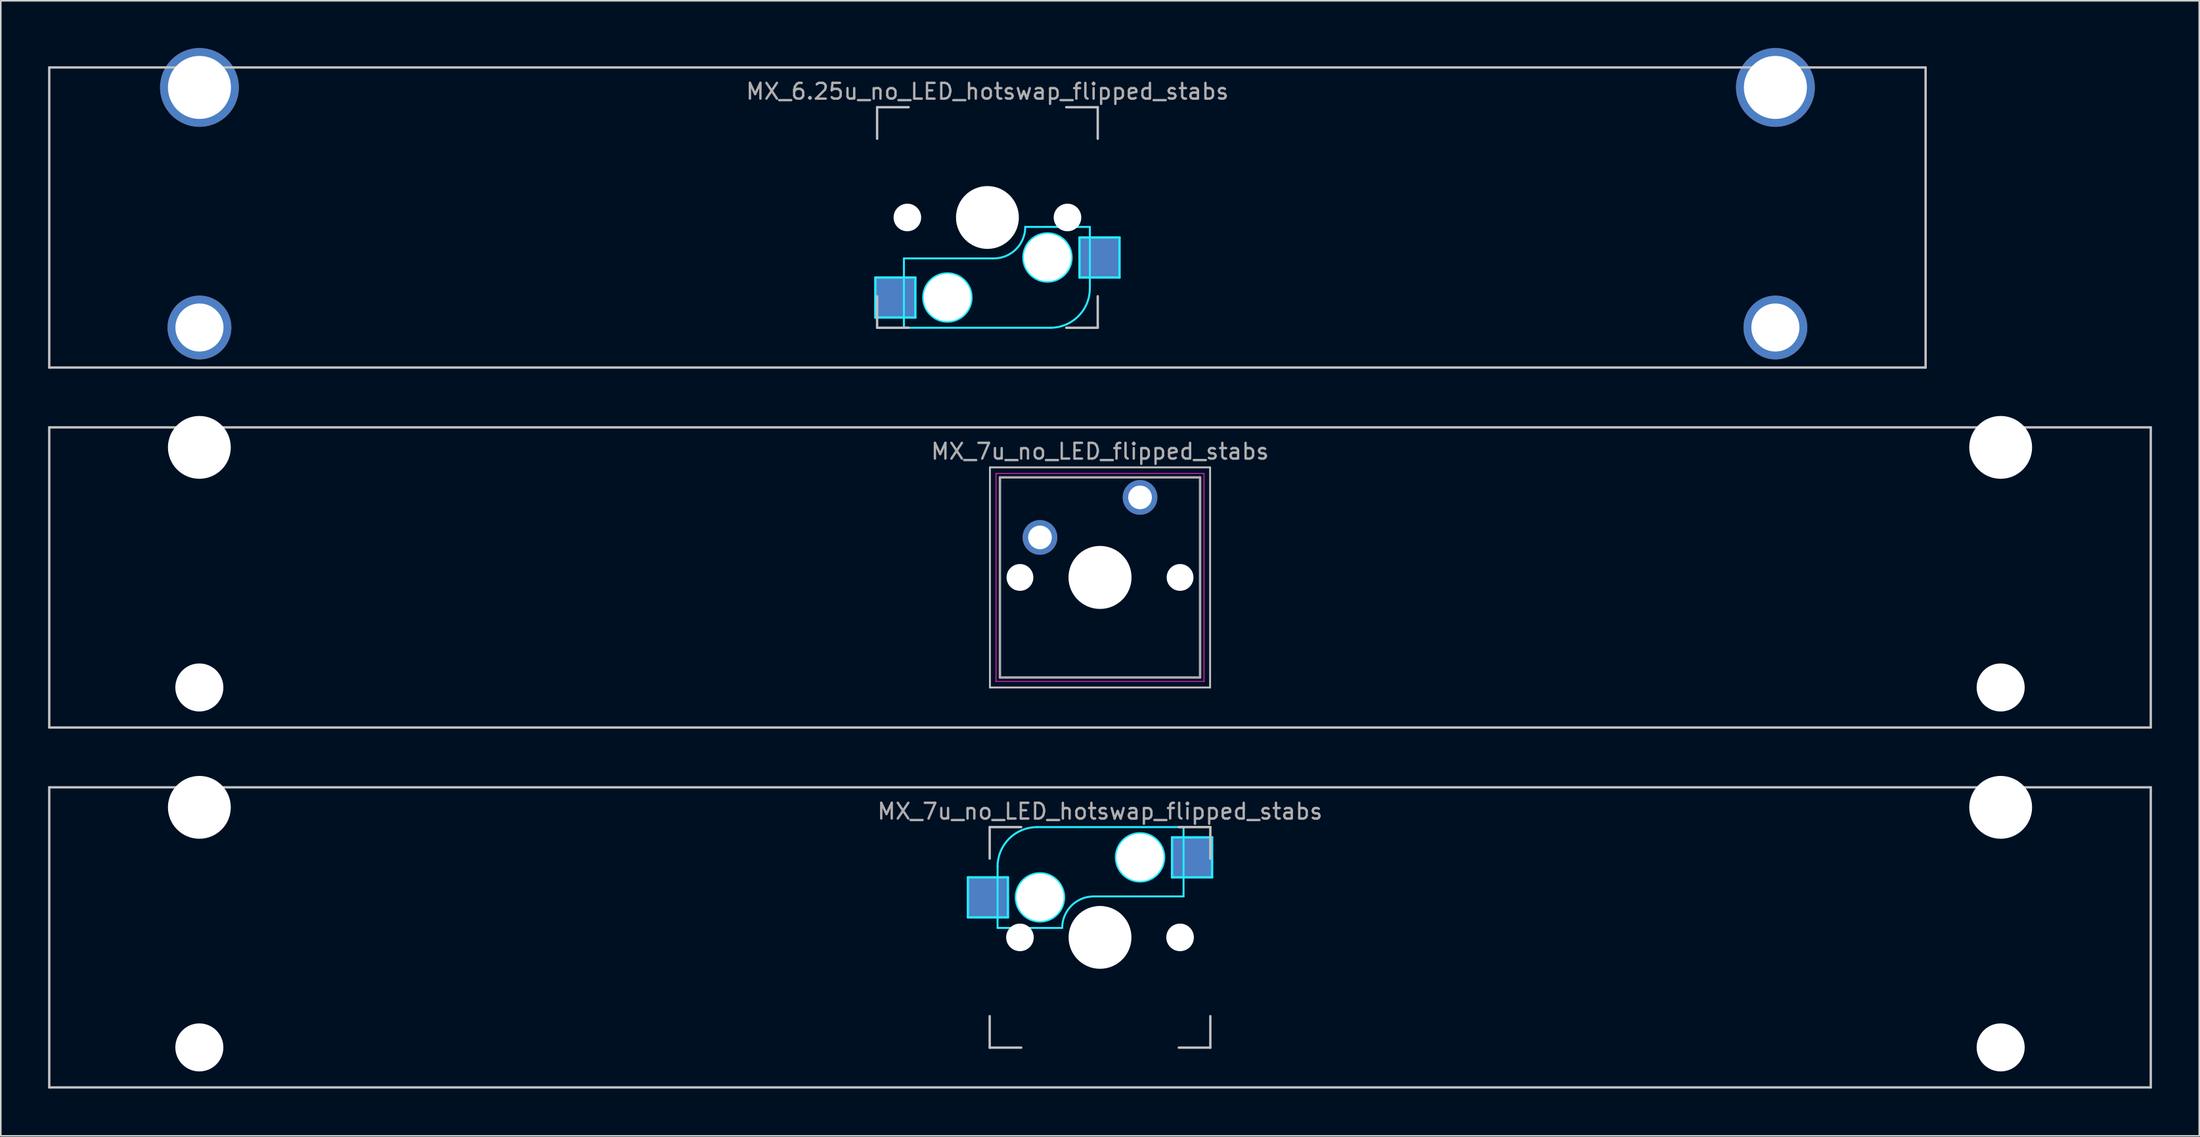
<source format=kicad_pcb>
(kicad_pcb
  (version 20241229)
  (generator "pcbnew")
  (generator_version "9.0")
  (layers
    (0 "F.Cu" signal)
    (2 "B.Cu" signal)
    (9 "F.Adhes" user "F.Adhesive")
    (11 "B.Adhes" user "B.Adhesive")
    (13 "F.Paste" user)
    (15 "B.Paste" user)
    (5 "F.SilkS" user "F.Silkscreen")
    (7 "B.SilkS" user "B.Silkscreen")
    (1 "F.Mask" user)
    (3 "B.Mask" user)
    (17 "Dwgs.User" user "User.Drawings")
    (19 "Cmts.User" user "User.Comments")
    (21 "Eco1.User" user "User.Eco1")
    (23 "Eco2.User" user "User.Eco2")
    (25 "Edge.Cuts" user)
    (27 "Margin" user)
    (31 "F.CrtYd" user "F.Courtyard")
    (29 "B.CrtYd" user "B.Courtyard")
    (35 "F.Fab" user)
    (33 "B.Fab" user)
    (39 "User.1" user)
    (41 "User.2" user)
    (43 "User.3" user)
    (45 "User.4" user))
  (footprint "MX_6.25u_no_LED_hotswap_flipped_stabs"
    (layer "F.Cu")
    (at 59.606 10.755)
    (property "Reference" "MX_6.25u_no_LED_hotswap_flipped_stabs" (at 0 -8 0) (layer "F.Fab") (effects (font (size 1 1) (thickness 0.15))))
    (attr through_hole)
    (fp_line (start -59.531 -9.525) (end -59.531 9.525) (stroke (width 0.15) (type solid)) (layer "Dwgs.User"))
    (fp_line (start -59.531 -9.525) (end 59.531 -9.525) (stroke (width 0.15) (type solid)) (layer "Dwgs.User"))
    (fp_line (start -59.531 9.525) (end 59.531 9.525) (stroke (width 0.15) (type solid)) (layer "Dwgs.User"))
    (fp_line (start -7 -7) (end -7 -5) (stroke (width 0.15) (type solid)) (layer "Dwgs.User"))
    (fp_line (start -7 7) (end -7 5) (stroke (width 0.15) (type solid)) (layer "Dwgs.User"))
    (fp_line (start -5 -7) (end -7 -7) (stroke (width 0.15) (type solid)) (layer "Dwgs.User"))
    (fp_line (start -5 7) (end -7 7) (stroke (width 0.15) (type solid)) (layer "Dwgs.User"))
    (fp_line (start 5 7) (end 7 7) (stroke (width 0.15) (type solid)) (layer "Dwgs.User"))
    (fp_line (start 7 -7) (end 5 -7) (stroke (width 0.15) (type solid)) (layer "Dwgs.User"))
    (fp_line (start 7 -5) (end 7 -7) (stroke (width 0.15) (type solid)) (layer "Dwgs.User"))
    (fp_line (start 7 7) (end 7 5) (stroke (width 0.15) (type solid)) (layer "Dwgs.User"))
    (fp_line (start 59.531 -9.525) (end 59.531 9.525) (stroke (width 0.15) (type solid)) (layer "Dwgs.User"))
    (fp_line (start -7.112 3.81) (end -4.572 3.81) (stroke (width 0.15) (type solid)) (layer "B.CrtYd"))
    (fp_line (start -7.112 6.35) (end -7.112 3.81) (stroke (width 0.15) (type solid)) (layer "B.CrtYd"))
    (fp_line (start -5.3 7) (end -5.3 2.6) (stroke (width 0.127) (type solid)) (layer "B.CrtYd"))
    (fp_line (start -5.3 7) (end 4 7) (stroke (width 0.127) (type solid)) (layer "B.CrtYd"))
    (fp_line (start -4.572 3.81) (end -4.572 6.35) (stroke (width 0.15) (type solid)) (layer "B.CrtYd"))
    (fp_line (start -4.572 6.35) (end -7.112 6.35) (stroke (width 0.15) (type solid)) (layer "B.CrtYd"))
    (fp_line (start 0.4 2.6) (end -5.3 2.6) (stroke (width 0.127) (type solid)) (layer "B.CrtYd"))
    (fp_line (start 5.842 1.27) (end 5.842 3.81) (stroke (width 0.15) (type solid)) (layer "B.CrtYd"))
    (fp_line (start 5.842 3.81) (end 8.382 3.81) (stroke (width 0.15) (type solid)) (layer "B.CrtYd"))
    (fp_line (start 6.5 0.6) (end 2.4 0.6) (stroke (width 0.127) (type solid)) (layer "B.CrtYd"))
    (fp_line (start 6.5 4.5) (end 6.5 0.6) (stroke (width 0.127) (type solid)) (layer "B.CrtYd"))
    (fp_line (start 8.382 1.27) (end 5.842 1.27) (stroke (width 0.15) (type solid)) (layer "B.CrtYd"))
    (fp_line (start 8.382 3.81) (end 8.382 1.27) (stroke (width 0.15) (type solid)) (layer "B.CrtYd"))
    (fp_arc (start 2.4 0.6) (mid 1.814214 2.014214) (end 0.4 2.6) (stroke (width 0.127) (type solid)) (layer "B.CrtYd"))
    (fp_arc (start 6.5 4.5) (mid 5.767767 6.267767) (end 4 7) (stroke (width 0.127) (type solid)) (layer "B.CrtYd"))
    (fp_circle (center -2.54 5.08) (end -2.54 6.604) (stroke (width 0.15) (type solid)) (fill no) (layer "B.CrtYd"))
    (fp_circle (center 3.81 2.54) (end 3.81 4.064) (stroke (width 0.15) (type solid)) (fill no) (layer "B.CrtYd"))
    (pad "" np_thru_hole circle (at -50 -8.255) (size 5 5) (drill 4) (layers "*.Cu" "B.Mask"))
    (pad "" np_thru_hole circle (at -50 6.985) (size 4.05 4.05) (drill 3.05) (layers "*.Cu" "B.Mask"))
    (pad "" np_thru_hole circle (at -5.08 0 228.1) (size 1.75 1.75) (drill 1.75) (layers "*.Cu" "*.Mask"))
    (pad "" np_thru_hole circle (at -2.54 5.08 180) (size 3 3) (drill 3) (layers "*.Cu" "*.Mask"))
    (pad "" np_thru_hole circle (at 0 0 180) (size 3.988 3.988) (drill 3.988) (layers "*.Cu" "*.Mask"))
    (pad "" np_thru_hole circle (at 3.81 2.54 180) (size 3 3) (drill 3) (layers "*.Cu" "*.Mask"))
    (pad "" np_thru_hole circle (at 5.08 0 228.1) (size 1.75 1.75) (drill 1.75) (layers "*.Cu" "*.Mask"))
    (pad "" np_thru_hole circle (at 50 -8.255) (size 5 5) (drill 4) (layers "*.Cu" "B.Mask"))
    (pad "" np_thru_hole circle (at 50 6.985) (size 4.05 4.05) (drill 3.05) (layers "*.Cu" "B.Mask"))
    (pad "1" smd rect (at 7.085 2.54 180) (size 2.55 2.5) (layers "B.Cu" "B.Mask" "B.Paste"))
    (pad "2" smd rect (at -5.842 5.08 180) (size 2.55 2.5) (layers "B.Cu" "B.Mask" "B.Paste")))
  (footprint "MX_7u_no_LED_flipped_stabs"
    (layer "F.Cu")
    (at 66.75 33.604)
    (property "Reference" "MX_7u_no_LED_flipped_stabs" (at 0 -8 0) (layer "F.Fab") (effects (font (size 1 1) (thickness 0.15))))
    (attr through_hole)
    (fp_line (start -66.675 -9.525) (end 66.675 -9.525) (stroke (width 0.15) (type solid)) (layer "Dwgs.User"))
    (fp_line (start -66.675 9.525) (end -66.675 -9.525) (stroke (width 0.15) (type solid)) (layer "Dwgs.User"))
    (fp_line (start -66.675 9.525) (end 66.675 9.525) (stroke (width 0.15) (type solid)) (layer "Dwgs.User"))
    (fp_line (start -6.985 -6.985) (end 6.985 -6.985) (stroke (width 0.12) (type solid)) (layer "Dwgs.User"))
    (fp_line (start -6.985 6.985) (end -6.985 -6.985) (stroke (width 0.12) (type solid)) (layer "Dwgs.User"))
    (fp_line (start 6.985 -6.985) (end 6.985 6.985) (stroke (width 0.12) (type solid)) (layer "Dwgs.User"))
    (fp_line (start 6.985 6.985) (end -6.985 6.985) (stroke (width 0.12) (type solid)) (layer "Dwgs.User"))
    (fp_line (start 66.675 -9.525) (end 66.675 9.525) (stroke (width 0.15) (type solid)) (layer "Dwgs.User"))
    (fp_line (start -6.6 -6.6) (end 6.6 -6.6) (stroke (width 0.05) (type solid)) (layer "F.CrtYd"))
    (fp_line (start -6.6 6.6) (end -6.6 -6.6) (stroke (width 0.05) (type solid)) (layer "F.CrtYd"))
    (fp_line (start 6.6 -6.6) (end 6.6 6.6) (stroke (width 0.05) (type solid)) (layer "F.CrtYd"))
    (fp_line (start 6.6 6.6) (end -6.6 6.6) (stroke (width 0.05) (type solid)) (layer "F.CrtYd"))
    (fp_line (start -6.35 -6.35) (end 6.35 -6.35) (stroke (width 0.15) (type solid)) (layer "F.Fab"))
    (fp_line (start -6.35 6.35) (end -6.35 -6.35) (stroke (width 0.15) (type solid)) (layer "F.Fab"))
    (fp_line (start 6.35 -6.35) (end 6.35 6.35) (stroke (width 0.15) (type solid)) (layer "F.Fab"))
    (fp_line (start 6.35 6.35) (end -6.35 6.35) (stroke (width 0.15) (type solid)) (layer "F.Fab"))
    (pad "" np_thru_hole circle (at -57.15 -8.255) (size 3.988 3.988) (drill 3.988) (layers "*.Cu" "*.Mask"))
    (pad "" np_thru_hole circle (at -57.15 6.985) (size 3.048 3.048) (drill 3.048) (layers "*.Cu" "*.Mask"))
    (pad "" np_thru_hole circle (at -5.08 0) (size 1.7 1.7) (drill 1.7) (layers "*.Cu" "*.Mask"))
    (pad "" np_thru_hole circle (at 0 0) (size 4 4) (drill 4) (layers "*.Cu" "*.Mask"))
    (pad "" np_thru_hole circle (at 5.08 0) (size 1.7 1.7) (drill 1.7) (layers "*.Cu" "*.Mask"))
    (pad "" np_thru_hole circle (at 57.15 -8.255) (size 3.988 3.988) (drill 3.988) (layers "*.Cu" "*.Mask"))
    (pad "" np_thru_hole circle (at 57.15 6.985) (size 3.048 3.048) (drill 3.048) (layers "*.Cu" "*.Mask"))
    (pad "1" thru_hole circle (at 2.54 -5.08) (size 2.2 2.2) (drill 1.5) (layers "*.Cu" "*.Mask"))
    (pad "2" thru_hole circle (at -3.81 -2.54) (size 2.2 2.2) (drill 1.5) (layers "*.Cu" "*.Mask")))
  (footprint "MX_7u_no_LED_hotswap_flipped_stabs"
    (layer "F.Cu")
    (at 66.75 56.453)
    (property "Reference" "MX_7u_no_LED_hotswap_flipped_stabs" (at 0 -8 0) (layer "F.Fab") (effects (font (size 1 1) (thickness 0.15))))
    (attr through_hole)
    (fp_line (start -66.675 -9.525) (end 66.675 -9.525) (stroke (width 0.15) (type solid)) (layer "Dwgs.User"))
    (fp_line (start -66.675 9.525) (end -66.675 -9.525) (stroke (width 0.15) (type solid)) (layer "Dwgs.User"))
    (fp_line (start -66.675 9.525) (end 66.675 9.525) (stroke (width 0.15) (type solid)) (layer "Dwgs.User"))
    (fp_line (start -7 -7) (end -7 -5) (stroke (width 0.15) (type solid)) (layer "Dwgs.User"))
    (fp_line (start -7 5) (end -7 7) (stroke (width 0.15) (type solid)) (layer "Dwgs.User"))
    (fp_line (start -7 7) (end -5 7) (stroke (width 0.15) (type solid)) (layer "Dwgs.User"))
    (fp_line (start -5 -7) (end -7 -7) (stroke (width 0.15) (type solid)) (layer "Dwgs.User"))
    (fp_line (start 5 -7) (end 7 -7) (stroke (width 0.15) (type solid)) (layer "Dwgs.User"))
    (fp_line (start 5 7) (end 7 7) (stroke (width 0.15) (type solid)) (layer "Dwgs.User"))
    (fp_line (start 7 -7) (end 7 -5) (stroke (width 0.15) (type solid)) (layer "Dwgs.User"))
    (fp_line (start 7 7) (end 7 5) (stroke (width 0.15) (type solid)) (layer "Dwgs.User"))
    (fp_line (start 66.675 -9.525) (end 66.675 9.525) (stroke (width 0.15) (type solid)) (layer "Dwgs.User"))
    (fp_line (start -8.382 -3.81) (end -8.382 -1.27) (stroke (width 0.15) (type solid)) (layer "B.CrtYd"))
    (fp_line (start -8.382 -1.27) (end -5.842 -1.27) (stroke (width 0.15) (type solid)) (layer "B.CrtYd"))
    (fp_line (start -6.5 -4.5) (end -6.5 -0.6) (stroke (width 0.127) (type solid)) (layer "B.CrtYd"))
    (fp_line (start -6.5 -0.6) (end -2.4 -0.6) (stroke (width 0.127) (type solid)) (layer "B.CrtYd"))
    (fp_line (start -5.842 -3.81) (end -8.382 -3.81) (stroke (width 0.15) (type solid)) (layer "B.CrtYd"))
    (fp_line (start -5.842 -1.27) (end -5.842 -3.81) (stroke (width 0.15) (type solid)) (layer "B.CrtYd"))
    (fp_line (start -0.4 -2.6) (end 5.3 -2.6) (stroke (width 0.127) (type solid)) (layer "B.CrtYd"))
    (fp_line (start 4.572 -6.35) (end 7.112 -6.35) (stroke (width 0.15) (type solid)) (layer "B.CrtYd"))
    (fp_line (start 4.572 -3.81) (end 4.572 -6.35) (stroke (width 0.15) (type solid)) (layer "B.CrtYd"))
    (fp_line (start 5.3 -7) (end -4 -7) (stroke (width 0.127) (type solid)) (layer "B.CrtYd"))
    (fp_line (start 5.3 -7) (end 5.3 -2.6) (stroke (width 0.127) (type solid)) (layer "B.CrtYd"))
    (fp_line (start 7.112 -6.35) (end 7.112 -3.81) (stroke (width 0.15) (type solid)) (layer "B.CrtYd"))
    (fp_line (start 7.112 -3.81) (end 4.572 -3.81) (stroke (width 0.15) (type solid)) (layer "B.CrtYd"))
    (fp_arc (start -6.5 -4.5) (mid -5.767767 -6.267767) (end -4 -7) (stroke (width 0.127) (type solid)) (layer "B.CrtYd"))
    (fp_arc (start -2.4 -0.6) (mid -1.814214 -2.014214) (end -0.4 -2.6) (stroke (width 0.127) (type solid)) (layer "B.CrtYd"))
    (fp_circle (center -3.81 -2.54) (end -3.81 -4.064) (stroke (width 0.15) (type solid)) (fill no) (layer "B.CrtYd"))
    (fp_circle (center 2.54 -5.08) (end 2.54 -6.604) (stroke (width 0.15) (type solid)) (fill no) (layer "B.CrtYd"))
    (fp_text user "7u" (at 0 4.763 0) (layer "F.Mask") (effects (font (size 1 1) (thickness 0.15))))
    (pad "" np_thru_hole circle (at -57.15 -8.255) (size 3.988 3.988) (drill 3.988) (layers "*.Cu" "*.Mask"))
    (pad "" np_thru_hole circle (at -57.15 6.985) (size 3.048 3.048) (drill 3.048) (layers "*.Cu" "*.Mask"))
    (pad "" np_thru_hole circle (at -5.08 0 48.1) (size 1.75 1.75) (drill 1.75) (layers "*.Cu" "*.Mask"))
    (pad "" np_thru_hole circle (at -3.81 -2.54) (size 3 3) (drill 3) (layers "*.Cu" "*.Mask"))
    (pad "" np_thru_hole circle (at 0 0) (size 3.988 3.988) (drill 3.988) (layers "*.Cu" "*.Mask"))
    (pad "" np_thru_hole circle (at 2.54 -5.08) (size 3 3) (drill 3) (layers "*.Cu" "*.Mask"))
    (pad "" np_thru_hole circle (at 5.08 0 48.1) (size 1.75 1.75) (drill 1.75) (layers "*.Cu" "*.Mask"))
    (pad "" np_thru_hole circle (at 57.15 -8.255) (size 3.988 3.988) (drill 3.988) (layers "*.Cu" "*.Mask"))
    (pad "" np_thru_hole circle (at 57.15 6.985) (size 3.048 3.048) (drill 3.048) (layers "*.Cu" "*.Mask"))
    (pad "1" smd rect (at 5.842 -5.08) (size 2.55 2.5) (layers "B.Cu" "B.Mask" "B.Paste"))
    (pad "2" smd rect (at -7.085 -2.54) (size 2.55 2.5) (layers "B.Cu" "B.Mask" "B.Paste")))
  (gr_rect
    (start -3 -3)
    (end 136.5 69.053)
    (stroke (width 0.1) (type default))
    (fill no)
    (layer "Edge.Cuts")))
</source>
